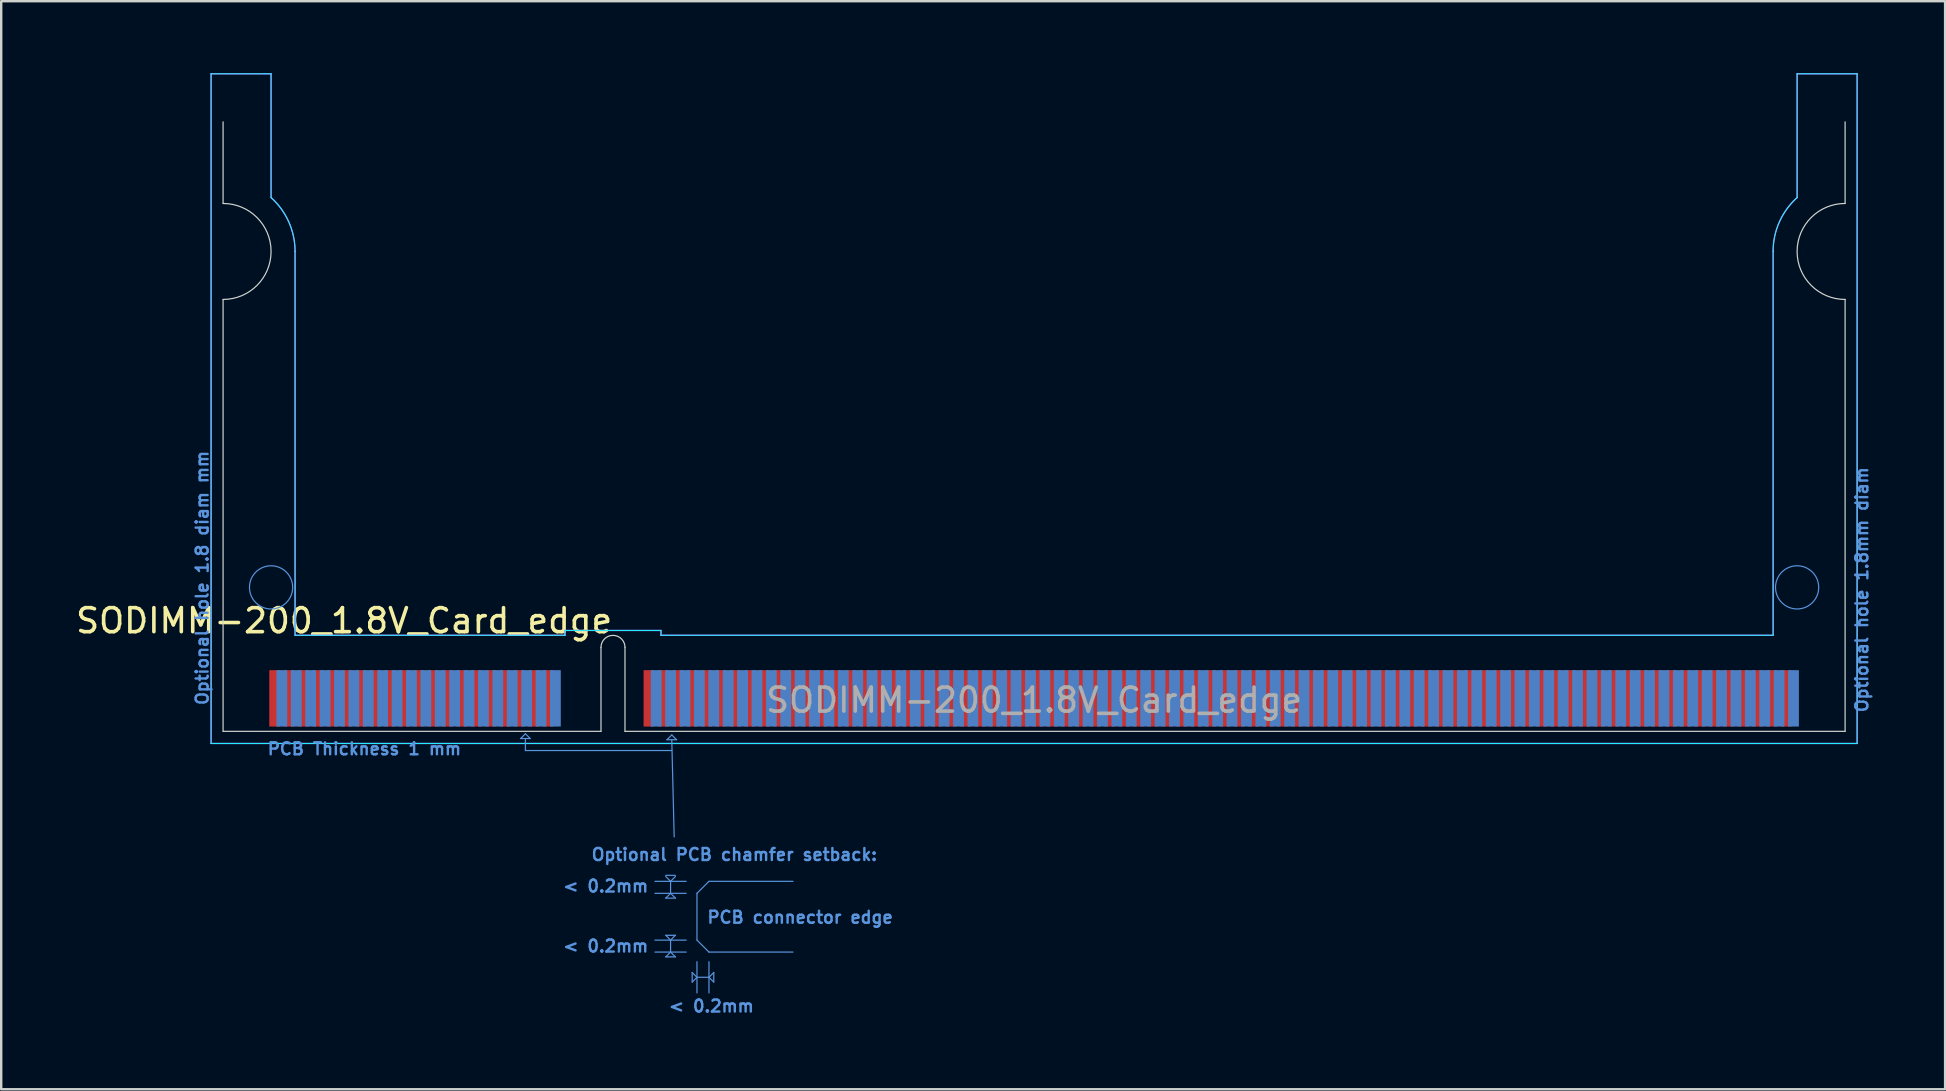
<source format=kicad_pcb>
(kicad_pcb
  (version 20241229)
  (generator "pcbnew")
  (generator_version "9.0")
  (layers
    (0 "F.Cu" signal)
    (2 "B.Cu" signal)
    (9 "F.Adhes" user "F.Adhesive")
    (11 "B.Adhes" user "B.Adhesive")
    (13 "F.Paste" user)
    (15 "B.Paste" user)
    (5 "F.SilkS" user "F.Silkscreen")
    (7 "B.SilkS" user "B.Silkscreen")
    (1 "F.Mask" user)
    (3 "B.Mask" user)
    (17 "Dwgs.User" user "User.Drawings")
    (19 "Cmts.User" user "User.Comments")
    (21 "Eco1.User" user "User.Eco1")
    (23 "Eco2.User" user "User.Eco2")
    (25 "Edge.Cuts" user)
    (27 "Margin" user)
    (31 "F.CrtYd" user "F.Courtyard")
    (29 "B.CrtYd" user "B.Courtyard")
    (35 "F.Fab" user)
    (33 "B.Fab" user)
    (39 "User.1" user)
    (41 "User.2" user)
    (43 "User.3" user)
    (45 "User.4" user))
  (footprint "SODIMM-200_1.8V_Card_edge"
    (layer "F.Cu")
    (at 8.397 26.055)
    (property "Reference" "SODIMM-200_1.8V_Card_edge" (at 2.895 -3.235 0) (layer "F.SilkS") (effects (font (size 1 1) (thickness 0.15))))
    (attr exclude_from_pos_files exclude_from_bom allow_soldermask_bridges)
    (fp_rect (start -0.352 -1.302) (end 13.6 1.302) (stroke (width 0) (type solid)) (fill yes) (layer "F.Mask"))
    (fp_rect (start 14.6 -1.302) (end 63.352 1.302) (stroke (width 0) (type solid)) (fill yes) (layer "F.Mask"))
    (fp_rect (start -0.052 -1.302) (end 13.6 1.302) (stroke (width 0) (type solid)) (fill yes) (layer "B.Mask"))
    (fp_rect (start 14.6 -1.302) (end 63.652 1.302) (stroke (width 0) (type solid)) (fill yes) (layer "B.Mask"))
    (fp_line (start 10.25 1.675) (end 10.45 1.475) (stroke (width 0.05) (type default)) (layer "Cmts.User"))
    (fp_line (start 10.45 1.475) (end 10.65 1.675) (stroke (width 0.05) (type default)) (layer "Cmts.User"))
    (fp_line (start 10.45 1.675) (end 10.45 2.175) (stroke (width 0.05) (type default)) (layer "Cmts.User"))
    (fp_line (start 10.45 2.175) (end 16.55 2.175) (stroke (width 0.05) (type default)) (layer "Cmts.User"))
    (fp_line (start 10.65 1.675) (end 10.25 1.675) (stroke (width 0.05) (type default)) (layer "Cmts.User"))
    (fp_line (start 15.85 7.625) (end 17.15 7.625) (stroke (width 0.05) (type default)) (layer "Cmts.User"))
    (fp_line (start 15.85 8.125) (end 17.15 8.125) (stroke (width 0.05) (type default)) (layer "Cmts.User"))
    (fp_line (start 15.85 10.075) (end 17.15 10.075) (stroke (width 0.05) (type default)) (layer "Cmts.User"))
    (fp_line (start 15.85 10.575) (end 17.15 10.575) (stroke (width 0.05) (type default)) (layer "Cmts.User"))
    (fp_line (start 16.3 7.375) (end 16.7 7.375) (stroke (width 0.05) (type default)) (layer "Cmts.User"))
    (fp_line (start 16.3 8.325) (end 16.5 8.125) (stroke (width 0.05) (type default)) (layer "Cmts.User"))
    (fp_line (start 16.3 9.875) (end 16.7 9.875) (stroke (width 0.05) (type default)) (layer "Cmts.User"))
    (fp_line (start 16.3 10.775) (end 16.5 10.575) (stroke (width 0.05) (type default)) (layer "Cmts.User"))
    (fp_line (start 16.35 1.725) (end 16.55 1.525) (stroke (width 0.05) (type default)) (layer "Cmts.User"))
    (fp_line (start 16.5 7.625) (end 16.3 7.425) (stroke (width 0.05) (type default)) (layer "Cmts.User"))
    (fp_line (start 16.5 8.125) (end 16.5 7.625) (stroke (width 0.05) (type default)) (layer "Cmts.User"))
    (fp_line (start 16.5 8.125) (end 16.7 8.325) (stroke (width 0.05) (type default)) (layer "Cmts.User"))
    (fp_line (start 16.5 10.075) (end 16.3 9.875) (stroke (width 0.05) (type default)) (layer "Cmts.User"))
    (fp_line (start 16.5 10.575) (end 16.5 10.075) (stroke (width 0.05) (type default)) (layer "Cmts.User"))
    (fp_line (start 16.5 10.575) (end 16.7 10.775) (stroke (width 0.05) (type default)) (layer "Cmts.User"))
    (fp_line (start 16.55 1.525) (end 16.75 1.725) (stroke (width 0.05) (type default)) (layer "Cmts.User"))
    (fp_line (start 16.55 1.725) (end 16.65 5.775) (stroke (width 0.05) (type default)) (layer "Cmts.User"))
    (fp_line (start 16.7 7.425) (end 16.5 7.625) (stroke (width 0.05) (type default)) (layer "Cmts.User"))
    (fp_line (start 16.7 8.325) (end 16.3 8.325) (stroke (width 0.05) (type default)) (layer "Cmts.User"))
    (fp_line (start 16.7 9.875) (end 16.5 10.075) (stroke (width 0.05) (type default)) (layer "Cmts.User"))
    (fp_line (start 16.7 10.775) (end 16.3 10.775) (stroke (width 0.05) (type default)) (layer "Cmts.User"))
    (fp_line (start 16.75 1.725) (end 16.35 1.725) (stroke (width 0.05) (type default)) (layer "Cmts.User"))
    (fp_line (start 17.4 11.425) (end 17.6 11.625) (stroke (width 0.05) (type default)) (layer "Cmts.User"))
    (fp_line (start 17.4 11.825) (end 17.4 11.425) (stroke (width 0.05) (type default)) (layer "Cmts.User"))
    (fp_line (start 17.6 8.125) (end 17.6 10.075) (stroke (width 0.05) (type default)) (layer "Cmts.User"))
    (fp_line (start 17.6 10.975) (end 17.6 12.275) (stroke (width 0.05) (type default)) (layer "Cmts.User"))
    (fp_line (start 17.6 11.625) (end 17.4 11.825) (stroke (width 0.05) (type default)) (layer "Cmts.User"))
    (fp_line (start 17.6 11.625) (end 18.1 11.625) (stroke (width 0.05) (type default)) (layer "Cmts.User"))
    (fp_line (start 18.1 7.625) (end 17.6 8.125) (stroke (width 0.05) (type default)) (layer "Cmts.User"))
    (fp_line (start 18.1 7.625) (end 21.6 7.625) (stroke (width 0.05) (type default)) (layer "Cmts.User"))
    (fp_line (start 18.1 10.575) (end 17.6 10.075) (stroke (width 0.05) (type default)) (layer "Cmts.User"))
    (fp_line (start 18.1 10.575) (end 21.6 10.575) (stroke (width 0.05) (type default)) (layer "Cmts.User"))
    (fp_line (start 18.1 10.975) (end 18.1 12.275) (stroke (width 0.05) (type default)) (layer "Cmts.User"))
    (fp_line (start 18.1 11.625) (end 18.3 11.425) (stroke (width 0.05) (type default)) (layer "Cmts.User"))
    (fp_line (start 18.3 11.425) (end 18.3 11.825) (stroke (width 0.05) (type default)) (layer "Cmts.User"))
    (fp_line (start 18.3 11.825) (end 18.1 11.625) (stroke (width 0.05) (type default)) (layer "Cmts.User"))
    (fp_circle (center -0.15 -4.625) (end 0.75 -4.625) (stroke (width 0.05) (type default)) (fill no) (layer "Cmts.User"))
    (fp_circle (center 63.45 -4.625) (end 64.35 -4.625) (stroke (width 0.05) (type default)) (fill no) (layer "Cmts.User"))
    (fp_line (start -2.15 -20.625) (end -2.15 -24.025) (stroke (width 0.05) (type default)) (layer "Edge.Cuts"))
    (fp_line (start -2.15 1.375) (end -2.15 -16.625) (stroke (width 0.05) (type solid)) (layer "Edge.Cuts"))
    (fp_line (start 13.6 1.375) (end -2.15 1.375) (stroke (width 0.05) (type default)) (layer "Edge.Cuts"))
    (fp_line (start 13.6 1.375) (end 13.6 -2.125) (stroke (width 0.05) (type solid)) (layer "Edge.Cuts"))
    (fp_line (start 14.6 -2.125) (end 14.6 1.375) (stroke (width 0.05) (type solid)) (layer "Edge.Cuts"))
    (fp_line (start 14.6 1.375) (end 65.45 1.375) (stroke (width 0.05) (type default)) (layer "Edge.Cuts"))
    (fp_line (start 65.45 -20.625) (end 65.45 -24.025) (stroke (width 0.05) (type default)) (layer "Edge.Cuts"))
    (fp_line (start 65.45 1.375) (end 65.45 -16.625) (stroke (width 0.05) (type solid)) (layer "Edge.Cuts"))
    (fp_arc (start -2.15 -20.625) (mid -0.15 -18.625) (end -2.15 -16.625) (stroke (width 0.05) (type solid)) (layer "Edge.Cuts"))
    (fp_arc (start 13.6 -2.125) (mid 14.1 -2.625) (end 14.6 -2.125) (stroke (width 0.05) (type solid)) (layer "Edge.Cuts"))
    (fp_arc (start 65.45 -16.625) (mid 63.45 -18.625) (end 65.45 -20.625) (stroke (width 0.05) (type solid)) (layer "Edge.Cuts"))
    (fp_line (start -2.65 -26.03) (end -2.65 1.88) (stroke (width 0.05) (type default)) (layer "B.CrtYd"))
    (fp_line (start -2.65 -26.03) (end -0.15 -26.03) (stroke (width 0.05) (type default)) (layer "B.CrtYd"))
    (fp_line (start -0.15 -20.87) (end -0.15 -26.03) (stroke (width 0.05) (type default)) (layer "B.CrtYd"))
    (fp_line (start 0.85 -18.63) (end 0.85 -2.63) (stroke (width 0.05) (type default)) (layer "B.CrtYd"))
    (fp_line (start 0.85 -2.63) (end 12.1 -2.63) (stroke (width 0.05) (type default)) (layer "B.CrtYd"))
    (fp_line (start 12.1 -2.83) (end 16.1 -2.83) (stroke (width 0.05) (type default)) (layer "B.CrtYd"))
    (fp_line (start 12.1 -2.63) (end 12.1 -2.83) (stroke (width 0.05) (type default)) (layer "B.CrtYd"))
    (fp_line (start 16.1 -2.83) (end 16.1 -2.63) (stroke (width 0.05) (type default)) (layer "B.CrtYd"))
    (fp_line (start 16.1 -2.63) (end 62.45 -2.63) (stroke (width 0.05) (type default)) (layer "B.CrtYd"))
    (fp_line (start 62.45 -18.63) (end 62.45 -2.63) (stroke (width 0.05) (type default)) (layer "B.CrtYd"))
    (fp_line (start 63.45 -20.87) (end 63.45 -26.03) (stroke (width 0.05) (type default)) (layer "B.CrtYd"))
    (fp_line (start 65.95 -26.03) (end 63.45 -26.03) (stroke (width 0.05) (type default)) (layer "B.CrtYd"))
    (fp_line (start 65.95 -26.03) (end 65.95 1.88) (stroke (width 0.05) (type default)) (layer "B.CrtYd"))
    (fp_line (start 65.95 1.88) (end -2.65 1.88) (stroke (width 0.05) (type default)) (layer "B.CrtYd"))
    (fp_arc (start -0.15 -20.87) (mid 0.588474 -19.856462) (end 0.85 -18.63) (stroke (width 0.05) (type default)) (layer "B.CrtYd"))
    (fp_arc (start 62.45 -18.63) (mid 62.711526 -19.856462) (end 63.45 -20.87) (stroke (width 0.05) (type default)) (layer "B.CrtYd"))
    (fp_line (start -2.65 -26.03) (end -2.65 1.88) (stroke (width 0.05) (type default)) (layer "F.CrtYd"))
    (fp_line (start -2.65 -26.03) (end -0.15 -26.03) (stroke (width 0.05) (type default)) (layer "F.CrtYd"))
    (fp_line (start -0.15 -20.87) (end -0.15 -26.03) (stroke (width 0.05) (type default)) (layer "F.CrtYd"))
    (fp_line (start 0.85 -2.63) (end 0.85 -18.63) (stroke (width 0.05) (type default)) (layer "F.CrtYd"))
    (fp_line (start 0.85 -2.63) (end 12.1 -2.63) (stroke (width 0.05) (type default)) (layer "F.CrtYd"))
    (fp_line (start 12.1 -2.83) (end 16.1 -2.83) (stroke (width 0.05) (type default)) (layer "F.CrtYd"))
    (fp_line (start 12.1 -2.63) (end 12.1 -2.83) (stroke (width 0.05) (type default)) (layer "F.CrtYd"))
    (fp_line (start 16.1 -2.83) (end 16.1 -2.63) (stroke (width 0.05) (type default)) (layer "F.CrtYd"))
    (fp_line (start 16.1 -2.63) (end 62.45 -2.63) (stroke (width 0.05) (type default)) (layer "F.CrtYd"))
    (fp_line (start 62.45 -2.63) (end 62.45 -18.63) (stroke (width 0.05) (type default)) (layer "F.CrtYd"))
    (fp_line (start 63.45 -20.87) (end 63.45 -26.03) (stroke (width 0.05) (type default)) (layer "F.CrtYd"))
    (fp_line (start 65.95 -26.03) (end 63.45 -26.03) (stroke (width 0.05) (type default)) (layer "F.CrtYd"))
    (fp_line (start 65.95 -26.03) (end 65.95 1.88) (stroke (width 0.05) (type default)) (layer "F.CrtYd"))
    (fp_line (start 65.95 1.88) (end -2.65 1.88) (stroke (width 0.05) (type default)) (layer "F.CrtYd"))
    (fp_arc (start -0.15 -20.87) (mid 0.588474 -19.856462) (end 0.85 -18.63) (stroke (width 0.05) (type default)) (layer "F.CrtYd"))
    (fp_arc (start 62.45 -18.63) (mid 62.711526 -19.856462) (end 63.45 -20.87) (stroke (width 0.05) (type default)) (layer "F.CrtYd"))
    (fp_text user "Optional hole 1.8mm diam" (at 66.15 -4.53 90) (unlocked yes) (layer "Cmts.User") (effects (font (size 0.5 0.5) (thickness 0.1))))
    (fp_text user "PCB Thickness 1 mm" (at 3.74 2.105 180) (layer "Cmts.User") (effects (font (size 0.5 0.5) (thickness 0.1))))
    (fp_text user "Optional PCB chamfer setback:" (at 19.16 6.51 180) (layer "Cmts.User") (effects (font (size 0.5 0.5) (thickness 0.1))))
    (fp_text user "PCB connector edge" (at 21.9 9.125 180) (layer "Cmts.User") (effects (font (size 0.5 0.5) (thickness 0.1))))
    (fp_text user "< 0.2mm" (at 13.8 10.325 180) (layer "Cmts.User") (effects (font (size 0.5 0.5) (thickness 0.1))))
    (fp_text user "< 0.2mm" (at 18.2 12.825 180) (layer "Cmts.User") (effects (font (size 0.5 0.5) (thickness 0.1))))
    (fp_text user "< 0.2mm" (at 13.8 7.825 180) (layer "Cmts.User") (effects (font (size 0.5 0.5) (thickness 0.1))))
    (fp_text user "Optional hole 1.8 diam mm" (at -3.02 -5.02 90) (unlocked yes) (layer "Cmts.User") (effects (font (size 0.5 0.5) (thickness 0.1))))
    (fp_text user "${REFERENCE}" (at 31.65 0.075 0) (layer "F.Fab") (effects (font (size 1 1) (thickness 0.15))))
    (pad "1" connect rect (at 0 0) (size 0.45 2.35) (layers "F.Cu" "F.Mask"))
    (pad "2" connect rect (at 0.3 0) (size 0.45 2.35) (layers "B.Cu" "B.Mask"))
    (pad "3" connect rect (at 0.6 0) (size 0.45 2.35) (layers "F.Cu" "F.Mask"))
    (pad "4" connect rect (at 0.9 0) (size 0.45 2.35) (layers "B.Cu" "B.Mask"))
    (pad "5" connect rect (at 1.2 0) (size 0.45 2.35) (layers "F.Cu" "F.Mask"))
    (pad "6" connect rect (at 1.5 0) (size 0.45 2.35) (layers "B.Cu" "B.Mask"))
    (pad "7" connect rect (at 1.8 0) (size 0.45 2.35) (layers "F.Cu" "F.Mask"))
    (pad "8" connect rect (at 2.1 0) (size 0.45 2.35) (layers "B.Cu" "B.Mask"))
    (pad "9" connect rect (at 2.4 0) (size 0.45 2.35) (layers "F.Cu" "F.Mask"))
    (pad "10" connect rect (at 2.7 0) (size 0.45 2.35) (layers "B.Cu" "B.Mask"))
    (pad "11" connect rect (at 3 0) (size 0.45 2.35) (layers "F.Cu" "F.Mask"))
    (pad "12" connect rect (at 3.3 0) (size 0.45 2.35) (layers "B.Cu" "B.Mask"))
    (pad "13" connect rect (at 3.6 0) (size 0.45 2.35) (layers "F.Cu" "F.Mask"))
    (pad "14" connect rect (at 3.9 0) (size 0.45 2.35) (layers "B.Cu" "B.Mask"))
    (pad "15" connect rect (at 4.2 0) (size 0.45 2.35) (layers "F.Cu" "F.Mask"))
    (pad "16" connect rect (at 4.5 0) (size 0.45 2.35) (layers "B.Cu" "B.Mask"))
    (pad "17" connect rect (at 4.8 0) (size 0.45 2.35) (layers "F.Cu" "F.Mask"))
    (pad "18" connect rect (at 5.1 0) (size 0.45 2.35) (layers "B.Cu" "B.Mask"))
    (pad "19" connect rect (at 5.4 0) (size 0.45 2.35) (layers "F.Cu" "F.Mask"))
    (pad "20" connect rect (at 5.7 0) (size 0.45 2.35) (layers "B.Cu" "B.Mask"))
    (pad "21" connect rect (at 6 0) (size 0.45 2.35) (layers "F.Cu" "F.Mask"))
    (pad "22" connect rect (at 6.3 0) (size 0.45 2.35) (layers "B.Cu" "B.Mask"))
    (pad "23" connect rect (at 6.6 0) (size 0.45 2.35) (layers "F.Cu" "F.Mask"))
    (pad "24" connect rect (at 6.9 0) (size 0.45 2.35) (layers "B.Cu" "B.Mask"))
    (pad "25" connect rect (at 7.2 0) (size 0.45 2.35) (layers "F.Cu" "F.Mask"))
    (pad "26" connect rect (at 7.5 0) (size 0.45 2.35) (layers "B.Cu" "B.Mask"))
    (pad "27" connect rect (at 7.8 0) (size 0.45 2.35) (layers "F.Cu" "F.Mask"))
    (pad "28" connect rect (at 8.1 0) (size 0.45 2.35) (layers "B.Cu" "B.Mask"))
    (pad "29" connect rect (at 8.4 0) (size 0.45 2.35) (layers "F.Cu" "F.Mask"))
    (pad "30" connect rect (at 8.7 0) (size 0.45 2.35) (layers "B.Cu" "B.Mask"))
    (pad "31" connect rect (at 9 0) (size 0.45 2.35) (layers "F.Cu" "F.Mask"))
    (pad "32" connect rect (at 9.3 0) (size 0.45 2.35) (layers "B.Cu" "B.Mask"))
    (pad "33" connect rect (at 9.6 0) (size 0.45 2.35) (layers "F.Cu" "F.Mask"))
    (pad "34" connect rect (at 9.9 0) (size 0.45 2.35) (layers "B.Cu" "B.Mask"))
    (pad "35" connect rect (at 10.2 0) (size 0.45 2.35) (layers "F.Cu" "F.Mask"))
    (pad "36" connect rect (at 10.5 0) (size 0.45 2.35) (layers "B.Cu" "B.Mask"))
    (pad "37" connect rect (at 10.8 0) (size 0.45 2.35) (layers "F.Cu" "F.Mask"))
    (pad "38" connect rect (at 11.1 0) (size 0.45 2.35) (layers "B.Cu" "B.Mask"))
    (pad "39" connect rect (at 11.4 0) (size 0.45 2.35) (layers "F.Cu" "F.Mask"))
    (pad "40" connect rect (at 11.7 0) (size 0.45 2.35) (layers "B.Cu" "B.Mask"))
    (pad "41" connect rect (at 15.6 0) (size 0.45 2.35) (layers "F.Cu" "F.Mask"))
    (pad "42" connect rect (at 15.9 0) (size 0.45 2.35) (layers "B.Cu" "B.Mask"))
    (pad "43" connect rect (at 16.2 0) (size 0.45 2.35) (layers "F.Cu" "F.Mask"))
    (pad "44" connect rect (at 16.5 0) (size 0.45 2.35) (layers "B.Cu" "B.Mask"))
    (pad "45" connect rect (at 16.8 0) (size 0.45 2.35) (layers "F.Cu" "F.Mask"))
    (pad "46" connect rect (at 17.1 0) (size 0.45 2.35) (layers "B.Cu" "B.Mask"))
    (pad "47" connect rect (at 17.4 0) (size 0.45 2.35) (layers "F.Cu" "F.Mask"))
    (pad "48" connect rect (at 17.7 0) (size 0.45 2.35) (layers "B.Cu" "B.Mask"))
    (pad "49" connect rect (at 18 0) (size 0.45 2.35) (layers "F.Cu" "F.Mask"))
    (pad "50" connect rect (at 18.3 0) (size 0.45 2.35) (layers "B.Cu" "B.Mask"))
    (pad "51" connect rect (at 18.6 0) (size 0.45 2.35) (layers "F.Cu" "F.Mask"))
    (pad "52" connect rect (at 18.9 0) (size 0.45 2.35) (layers "B.Cu" "B.Mask"))
    (pad "53" connect rect (at 19.2 0) (size 0.45 2.35) (layers "F.Cu" "F.Mask"))
    (pad "54" connect rect (at 19.5 0) (size 0.45 2.35) (layers "B.Cu" "B.Mask"))
    (pad "55" connect rect (at 19.8 0) (size 0.45 2.35) (layers "F.Cu" "F.Mask"))
    (pad "56" connect rect (at 20.1 0) (size 0.45 2.35) (layers "B.Cu" "B.Mask"))
    (pad "57" connect rect (at 20.4 0) (size 0.45 2.35) (layers "F.Cu" "F.Mask"))
    (pad "58" connect rect (at 20.7 0) (size 0.45 2.35) (layers "B.Cu" "B.Mask"))
    (pad "59" connect rect (at 21 0) (size 0.45 2.35) (layers "F.Cu" "F.Mask"))
    (pad "60" connect rect (at 21.3 0) (size 0.45 2.35) (layers "B.Cu" "B.Mask"))
    (pad "61" connect rect (at 21.6 0) (size 0.45 2.35) (layers "F.Cu" "F.Mask"))
    (pad "62" connect rect (at 21.9 0) (size 0.45 2.35) (layers "B.Cu" "B.Mask"))
    (pad "63" connect rect (at 22.2 0) (size 0.45 2.35) (layers "F.Cu" "F.Mask"))
    (pad "64" connect rect (at 22.5 0) (size 0.45 2.35) (layers "B.Cu" "B.Mask"))
    (pad "65" connect rect (at 22.8 0) (size 0.45 2.35) (layers "F.Cu" "F.Mask"))
    (pad "66" connect rect (at 23.1 0) (size 0.45 2.35) (layers "B.Cu" "B.Mask"))
    (pad "67" connect rect (at 23.4 0) (size 0.45 2.35) (layers "F.Cu" "F.Mask"))
    (pad "68" connect rect (at 23.7 0) (size 0.45 2.35) (layers "B.Cu" "B.Mask"))
    (pad "69" connect rect (at 24 0) (size 0.45 2.35) (layers "F.Cu" "F.Mask"))
    (pad "70" connect rect (at 24.3 0) (size 0.45 2.35) (layers "B.Cu" "B.Mask"))
    (pad "71" connect rect (at 24.6 0) (size 0.45 2.35) (layers "F.Cu" "F.Mask"))
    (pad "72" connect rect (at 24.9 0) (size 0.45 2.35) (layers "B.Cu" "B.Mask"))
    (pad "73" connect rect (at 25.2 0) (size 0.45 2.35) (layers "F.Cu" "F.Mask"))
    (pad "74" connect rect (at 25.5 0) (size 0.45 2.35) (layers "B.Cu" "B.Mask"))
    (pad "75" connect rect (at 25.8 0) (size 0.45 2.35) (layers "F.Cu" "F.Mask"))
    (pad "76" connect rect (at 26.1 0) (size 0.45 2.35) (layers "B.Cu" "B.Mask"))
    (pad "77" connect rect (at 26.4 0) (size 0.45 2.35) (layers "F.Cu" "F.Mask"))
    (pad "78" connect rect (at 26.7 0) (size 0.45 2.35) (layers "B.Cu" "B.Mask"))
    (pad "79" connect rect (at 27 0) (size 0.45 2.35) (layers "F.Cu" "F.Mask"))
    (pad "80" connect rect (at 27.3 0) (size 0.45 2.35) (layers "B.Cu" "B.Mask"))
    (pad "81" connect rect (at 27.6 0) (size 0.45 2.35) (layers "F.Cu" "F.Mask"))
    (pad "82" connect rect (at 27.9 0) (size 0.45 2.35) (layers "B.Cu" "B.Mask"))
    (pad "83" connect rect (at 28.2 0) (size 0.45 2.35) (layers "F.Cu" "F.Mask"))
    (pad "84" connect rect (at 28.5 0) (size 0.45 2.35) (layers "B.Cu" "B.Mask"))
    (pad "85" connect rect (at 28.8 0) (size 0.45 2.35) (layers "F.Cu" "F.Mask"))
    (pad "86" connect rect (at 29.1 0) (size 0.45 2.35) (layers "B.Cu" "B.Mask"))
    (pad "87" connect rect (at 29.4 0) (size 0.45 2.35) (layers "F.Cu" "F.Mask"))
    (pad "88" connect rect (at 29.7 0) (size 0.45 2.35) (layers "B.Cu" "B.Mask"))
    (pad "89" connect rect (at 30 0) (size 0.45 2.35) (layers "F.Cu" "F.Mask"))
    (pad "90" connect rect (at 30.3 0) (size 0.45 2.35) (layers "B.Cu" "B.Mask"))
    (pad "91" connect rect (at 30.6 0) (size 0.45 2.35) (layers "F.Cu" "F.Mask"))
    (pad "92" connect rect (at 30.9 0) (size 0.45 2.35) (layers "B.Cu" "B.Mask"))
    (pad "93" connect rect (at 31.2 0) (size 0.45 2.35) (layers "F.Cu" "F.Mask"))
    (pad "94" connect rect (at 31.5 0) (size 0.45 2.35) (layers "B.Cu" "B.Mask"))
    (pad "95" connect rect (at 31.8 0) (size 0.45 2.35) (layers "F.Cu" "F.Mask"))
    (pad "96" connect rect (at 32.1 0) (size 0.45 2.35) (layers "B.Cu" "B.Mask"))
    (pad "97" connect rect (at 32.4 0) (size 0.45 2.35) (layers "F.Cu" "F.Mask"))
    (pad "98" connect rect (at 32.7 0) (size 0.45 2.35) (layers "B.Cu" "B.Mask"))
    (pad "99" connect rect (at 33 0) (size 0.45 2.35) (layers "F.Cu" "F.Mask"))
    (pad "100" connect rect (at 33.3 0) (size 0.45 2.35) (layers "B.Cu" "B.Mask"))
    (pad "101" connect rect (at 33.6 0) (size 0.45 2.35) (layers "F.Cu" "F.Mask"))
    (pad "102" connect rect (at 33.9 0) (size 0.45 2.35) (layers "B.Cu" "B.Mask"))
    (pad "103" connect rect (at 34.2 0) (size 0.45 2.35) (layers "F.Cu" "F.Mask"))
    (pad "104" connect rect (at 34.5 0) (size 0.45 2.35) (layers "B.Cu" "B.Mask"))
    (pad "105" connect rect (at 34.8 0) (size 0.45 2.35) (layers "F.Cu" "F.Mask"))
    (pad "106" connect rect (at 35.1 0) (size 0.45 2.35) (layers "B.Cu" "B.Mask"))
    (pad "107" connect rect (at 35.4 0) (size 0.45 2.35) (layers "F.Cu" "F.Mask"))
    (pad "108" connect rect (at 35.7 0) (size 0.45 2.35) (layers "B.Cu" "B.Mask"))
    (pad "109" connect rect (at 36 0) (size 0.45 2.35) (layers "F.Cu" "F.Mask"))
    (pad "110" connect rect (at 36.3 0) (size 0.45 2.35) (layers "B.Cu" "B.Mask"))
    (pad "111" connect rect (at 36.6 0) (size 0.45 2.35) (layers "F.Cu" "F.Mask"))
    (pad "112" connect rect (at 36.9 0) (size 0.45 2.35) (layers "B.Cu" "B.Mask"))
    (pad "113" connect rect (at 37.2 0) (size 0.45 2.35) (layers "F.Cu" "F.Mask"))
    (pad "114" connect rect (at 37.5 0) (size 0.45 2.35) (layers "B.Cu" "B.Mask"))
    (pad "115" connect rect (at 37.8 0) (size 0.45 2.35) (layers "F.Cu" "F.Mask"))
    (pad "116" connect rect (at 38.1 0) (size 0.45 2.35) (layers "B.Cu" "B.Mask"))
    (pad "117" connect rect (at 38.4 0) (size 0.45 2.35) (layers "F.Cu" "F.Mask"))
    (pad "118" connect rect (at 38.7 0) (size 0.45 2.35) (layers "B.Cu" "B.Mask"))
    (pad "119" connect rect (at 39 0) (size 0.45 2.35) (layers "F.Cu" "F.Mask"))
    (pad "120" connect rect (at 39.3 0) (size 0.45 2.35) (layers "B.Cu" "B.Mask"))
    (pad "121" connect rect (at 39.6 0) (size 0.45 2.35) (layers "F.Cu" "F.Mask"))
    (pad "122" connect rect (at 39.9 0) (size 0.45 2.35) (layers "B.Cu" "B.Mask"))
    (pad "123" connect rect (at 40.2 0) (size 0.45 2.35) (layers "F.Cu" "F.Mask"))
    (pad "124" connect rect (at 40.5 0) (size 0.45 2.35) (layers "B.Cu" "B.Mask"))
    (pad "125" connect rect (at 40.8 0) (size 0.45 2.35) (layers "F.Cu" "F.Mask"))
    (pad "126" connect rect (at 41.1 0) (size 0.45 2.35) (layers "B.Cu" "B.Mask"))
    (pad "127" connect rect (at 41.4 0) (size 0.45 2.35) (layers "F.Cu" "F.Mask"))
    (pad "128" connect rect (at 41.7 0) (size 0.45 2.35) (layers "B.Cu" "B.Mask"))
    (pad "129" connect rect (at 42 0) (size 0.45 2.35) (layers "F.Cu" "F.Mask"))
    (pad "130" connect rect (at 42.3 0) (size 0.45 2.35) (layers "B.Cu" "B.Mask"))
    (pad "131" connect rect (at 42.6 0) (size 0.45 2.35) (layers "F.Cu" "F.Mask"))
    (pad "132" connect rect (at 42.9 0) (size 0.45 2.35) (layers "B.Cu" "B.Mask"))
    (pad "133" connect rect (at 43.2 0) (size 0.45 2.35) (layers "F.Cu" "F.Mask"))
    (pad "134" connect rect (at 43.5 0) (size 0.45 2.35) (layers "B.Cu" "B.Mask"))
    (pad "135" connect rect (at 43.8 0) (size 0.45 2.35) (layers "F.Cu" "F.Mask"))
    (pad "136" connect rect (at 44.1 0) (size 0.45 2.35) (layers "B.Cu" "B.Mask"))
    (pad "137" connect rect (at 44.4 0) (size 0.45 2.35) (layers "F.Cu" "F.Mask"))
    (pad "138" connect rect (at 44.7 0) (size 0.45 2.35) (layers "B.Cu" "B.Mask"))
    (pad "139" connect rect (at 45 0) (size 0.45 2.35) (layers "F.Cu" "F.Mask"))
    (pad "140" connect rect (at 45.3 0) (size 0.45 2.35) (layers "B.Cu" "B.Mask"))
    (pad "141" connect rect (at 45.6 0) (size 0.45 2.35) (layers "F.Cu" "F.Mask"))
    (pad "142" connect rect (at 45.9 0) (size 0.45 2.35) (layers "B.Cu" "B.Mask"))
    (pad "143" connect rect (at 46.2 0) (size 0.45 2.35) (layers "F.Cu" "F.Mask"))
    (pad "144" connect rect (at 46.5 0) (size 0.45 2.35) (layers "B.Cu" "B.Mask"))
    (pad "145" connect rect (at 46.8 0) (size 0.45 2.35) (layers "F.Cu" "F.Mask"))
    (pad "146" connect rect (at 47.1 0) (size 0.45 2.35) (layers "B.Cu" "B.Mask"))
    (pad "147" connect rect (at 47.4 0) (size 0.45 2.35) (layers "F.Cu" "F.Mask"))
    (pad "148" connect rect (at 47.7 0) (size 0.45 2.35) (layers "B.Cu" "B.Mask"))
    (pad "149" connect rect (at 48 0) (size 0.45 2.35) (layers "F.Cu" "F.Mask"))
    (pad "150" connect rect (at 48.3 0) (size 0.45 2.35) (layers "B.Cu" "B.Mask"))
    (pad "151" connect rect (at 48.6 0) (size 0.45 2.35) (layers "F.Cu" "F.Mask"))
    (pad "152" connect rect (at 48.9 0) (size 0.45 2.35) (layers "B.Cu" "B.Mask"))
    (pad "153" connect rect (at 49.2 0) (size 0.45 2.35) (layers "F.Cu" "F.Mask"))
    (pad "154" connect rect (at 49.5 0) (size 0.45 2.35) (layers "B.Cu" "B.Mask"))
    (pad "155" connect rect (at 49.8 0) (size 0.45 2.35) (layers "F.Cu" "F.Mask"))
    (pad "156" connect rect (at 50.1 0) (size 0.45 2.35) (layers "B.Cu" "B.Mask"))
    (pad "157" connect rect (at 50.4 0) (size 0.45 2.35) (layers "F.Cu" "F.Mask"))
    (pad "158" connect rect (at 50.7 0) (size 0.45 2.35) (layers "B.Cu" "B.Mask"))
    (pad "159" connect rect (at 51 0) (size 0.45 2.35) (layers "F.Cu" "F.Mask"))
    (pad "160" connect rect (at 51.3 0) (size 0.45 2.35) (layers "B.Cu" "B.Mask"))
    (pad "161" connect rect (at 51.6 0) (size 0.45 2.35) (layers "F.Cu" "F.Mask"))
    (pad "162" connect rect (at 51.9 0) (size 0.45 2.35) (layers "B.Cu" "B.Mask"))
    (pad "163" connect rect (at 52.2 0) (size 0.45 2.35) (layers "F.Cu" "F.Mask"))
    (pad "164" connect rect (at 52.5 0) (size 0.45 2.35) (layers "B.Cu" "B.Mask"))
    (pad "165" connect rect (at 52.8 0) (size 0.45 2.35) (layers "F.Cu" "F.Mask"))
    (pad "166" connect rect (at 53.1 0) (size 0.45 2.35) (layers "B.Cu" "B.Mask"))
    (pad "167" connect rect (at 53.4 0) (size 0.45 2.35) (layers "F.Cu" "F.Mask"))
    (pad "168" connect rect (at 53.7 0) (size 0.45 2.35) (layers "B.Cu" "B.Mask"))
    (pad "169" connect rect (at 54 0) (size 0.45 2.35) (layers "F.Cu" "F.Mask"))
    (pad "170" connect rect (at 54.3 0) (size 0.45 2.35) (layers "B.Cu" "B.Mask"))
    (pad "171" connect rect (at 54.6 0) (size 0.45 2.35) (layers "F.Cu" "F.Mask"))
    (pad "172" connect rect (at 54.9 0) (size 0.45 2.35) (layers "B.Cu" "B.Mask"))
    (pad "173" connect rect (at 55.2 0) (size 0.45 2.35) (layers "F.Cu" "F.Mask"))
    (pad "174" connect rect (at 55.5 0) (size 0.45 2.35) (layers "B.Cu" "B.Mask"))
    (pad "175" connect rect (at 55.8 0) (size 0.45 2.35) (layers "F.Cu" "F.Mask"))
    (pad "176" connect rect (at 56.1 0) (size 0.45 2.35) (layers "B.Cu" "B.Mask"))
    (pad "177" connect rect (at 56.4 0) (size 0.45 2.35) (layers "F.Cu" "F.Mask"))
    (pad "178" connect rect (at 56.7 0) (size 0.45 2.35) (layers "B.Cu" "B.Mask"))
    (pad "179" connect rect (at 57 0) (size 0.45 2.35) (layers "F.Cu" "F.Mask"))
    (pad "180" connect rect (at 57.3 0) (size 0.45 2.35) (layers "B.Cu" "B.Mask"))
    (pad "181" connect rect (at 57.6 0) (size 0.45 2.35) (layers "F.Cu" "F.Mask"))
    (pad "182" connect rect (at 57.9 0) (size 0.45 2.35) (layers "B.Cu" "B.Mask"))
    (pad "183" connect rect (at 58.2 0) (size 0.45 2.35) (layers "F.Cu" "F.Mask"))
    (pad "184" connect rect (at 58.5 0) (size 0.45 2.35) (layers "B.Cu" "B.Mask"))
    (pad "185" connect rect (at 58.8 0) (size 0.45 2.35) (layers "F.Cu" "F.Mask"))
    (pad "186" connect rect (at 59.1 0) (size 0.45 2.35) (layers "B.Cu" "B.Mask"))
    (pad "187" connect rect (at 59.4 0) (size 0.45 2.35) (layers "F.Cu" "F.Mask"))
    (pad "188" connect rect (at 59.7 0) (size 0.45 2.35) (layers "B.Cu" "B.Mask"))
    (pad "189" connect rect (at 60 0) (size 0.45 2.35) (layers "F.Cu" "F.Mask"))
    (pad "190" connect rect (at 60.3 0) (size 0.45 2.35) (layers "B.Cu" "B.Mask"))
    (pad "191" connect rect (at 60.6 0) (size 0.45 2.35) (layers "F.Cu" "F.Mask"))
    (pad "192" connect rect (at 60.9 0) (size 0.45 2.35) (layers "B.Cu" "B.Mask"))
    (pad "193" connect rect (at 61.2 0) (size 0.45 2.35) (layers "F.Cu" "F.Mask"))
    (pad "194" connect rect (at 61.5 0) (size 0.45 2.35) (layers "B.Cu" "B.Mask"))
    (pad "195" connect rect (at 61.8 0) (size 0.45 2.35) (layers "F.Cu" "F.Mask"))
    (pad "196" connect rect (at 62.1 0) (size 0.45 2.35) (layers "B.Cu" "B.Mask"))
    (pad "197" connect rect (at 62.4 0) (size 0.45 2.35) (layers "F.Cu" "F.Mask"))
    (pad "198" connect rect (at 62.7 0) (size 0.45 2.35) (layers "B.Cu" "B.Mask"))
    (pad "199" connect rect (at 63 0) (size 0.45 2.35) (layers "F.Cu" "F.Mask"))
    (pad "200" connect rect (at 63.3 0) (size 0.45 2.35) (layers "B.Cu" "B.Mask"))
    (zone (net_name "") (layers "F.Cu" "B.Cu") (hatch edge 0.5) (connect_pads) (min_thickness 0.25) (filled_areas_thickness no) (keepout (tracks not_allowed) (vias not_allowed) (pads not_allowed) (copperpour not_allowed) (footprints allowed)) (placement (enabled no)) (fill) (polygon (pts (xy 6.247 13.455) (xy 8.247 13.455) (xy 8.247 7.43) (xy 6.247 7.43))))
    (zone (net_name "") (layers "F.Cu" "B.Cu") (hatch edge 0.5) (connect_pads) (min_thickness 0.25) (filled_areas_thickness no) (keepout (tracks not_allowed) (vias not_allowed) (pads not_allowed) (copperpour not_allowed) (footprints allowed)) (placement (enabled no)) (fill) (polygon (pts (xy 6.247 24.88) (xy 8.122 24.88) (xy 8.122 27.43) (xy 6.247 27.43))))
    (zone (net_name "") (layers "F.Cu" "B.Cu") (hatch edge 0.5) (connect_pads) (min_thickness 0.25) (filled_areas_thickness no) (keepout (tracks not_allowed) (vias not_allowed) (pads not_allowed) (copperpour not_allowed) (footprints allowed)) (placement (enabled no)) (fill) (polygon (pts (xy 6.247 27.43) (xy 7.247 27.43) (xy 7.247 13.455) (xy 6.247 13.455))))
    (zone (net_name "") (layers "F.Cu" "B.Cu") (hatch edge 0.5) (connect_pads) (min_thickness 0.25) (filled_areas_thickness no) (keepout (tracks not_allowed) (vias not_allowed) (pads not_allowed) (copperpour not_allowed) (footprints allowed)) (placement (enabled no)) (fill) (polygon (pts (xy 20.372 24.88) (xy 23.747 24.88) (xy 23.747 27.43) (xy 20.372 27.43))))
    (zone (net_name "") (layers "F.Cu" "B.Cu") (hatch edge 0.5) (connect_pads) (min_thickness 0.25) (filled_areas_thickness no) (keepout (tracks not_allowed) (vias not_allowed) (pads not_allowed) (copperpour not_allowed) (footprints allowed)) (placement (enabled no)) (fill) (polygon (pts (xy 71.847 13.455) (xy 73.847 13.455) (xy 73.847 7.43) (xy 71.847 7.43))))
    (zone (net_name "") (layers "F.Cu" "B.Cu") (hatch edge 0.5) (connect_pads) (min_thickness 0.25) (filled_areas_thickness no) (keepout (tracks not_allowed) (vias not_allowed) (pads not_allowed) (copperpour not_allowed) (footprints allowed)) (placement (enabled no)) (fill) (polygon (pts (xy 71.972 24.88) (xy 73.847 24.88) (xy 73.847 27.43) (xy 71.972 27.43))))
    (zone (net_name "") (layers "F.Cu" "B.Cu") (hatch edge 0.5) (connect_pads) (min_thickness 0.25) (filled_areas_thickness no) (keepout (tracks not_allowed) (vias not_allowed) (pads not_allowed) (copperpour not_allowed) (footprints allowed)) (placement (enabled no)) (fill) (polygon (pts (xy 72.847 27.43) (xy 73.847 27.43) (xy 73.847 13.455) (xy 72.847 13.455))))
    (zone (net_name "") (layer "In1.Cu") (hatch edge 0.5) (connect_pads) (min_thickness 0.25) (filled_areas_thickness no) (keepout (tracks not_allowed) (vias not_allowed) (pads not_allowed) (copperpour not_allowed) (footprints allowed)) (placement (enabled no)) (fill) (polygon (pts (xy 6.247 9.93) (xy 8.247 9.93) (xy 8.247 7.43) (xy 6.247 7.43))))
    (zone (net_name "") (layer "In1.Cu") (hatch edge 0.5) (connect_pads) (min_thickness 0.25) (filled_areas_thickness no) (keepout (tracks not_allowed) (vias not_allowed) (pads not_allowed) (copperpour not_allowed) (footprints allowed)) (placement (enabled no)) (fill) (polygon (pts (xy 6.247 27.43) (xy 6.247 26.43) (xy 73.847 26.43) (xy 73.847 27.43))))
    (zone (net_name "") (layer "In1.Cu") (hatch edge 0.5) (connect_pads) (min_thickness 0.25) (filled_areas_thickness no) (keepout (tracks not_allowed) (vias not_allowed) (pads not_allowed) (copperpour not_allowed) (footprints allowed)) (placement (enabled no)) (fill) (polygon (pts (xy 6.247 27.43) (xy 6.747 27.43) (xy 6.747 9.93) (xy 6.247 9.93))))
    (zone (net_name "") (layer "In1.Cu") (hatch edge 0.5) (connect_pads) (min_thickness 0.25) (filled_areas_thickness no) (keepout (tracks not_allowed) (vias not_allowed) (pads not_allowed) (copperpour not_allowed) (footprints allowed)) (placement (enabled no)) (fill) (polygon (pts (xy 71.847 9.93) (xy 73.847 9.93) (xy 73.847 7.43) (xy 71.847 7.43))))
    (zone (net_name "") (layer "In1.Cu") (hatch edge 0.5) (connect_pads) (min_thickness 0.25) (filled_areas_thickness no) (keepout (tracks not_allowed) (vias not_allowed) (pads not_allowed) (copperpour not_allowed) (footprints allowed)) (placement (enabled no)) (fill) (polygon (pts (xy 73.347 27.43) (xy 73.847 27.43) (xy 73.847 9.93) (xy 73.347 9.93)))))
  (gr_rect
    (start -3 -3)
    (end 78.015 42.348)
    (stroke (width 0.1) (type default))
    (fill no)
    (layer "Edge.Cuts")))
</source>
